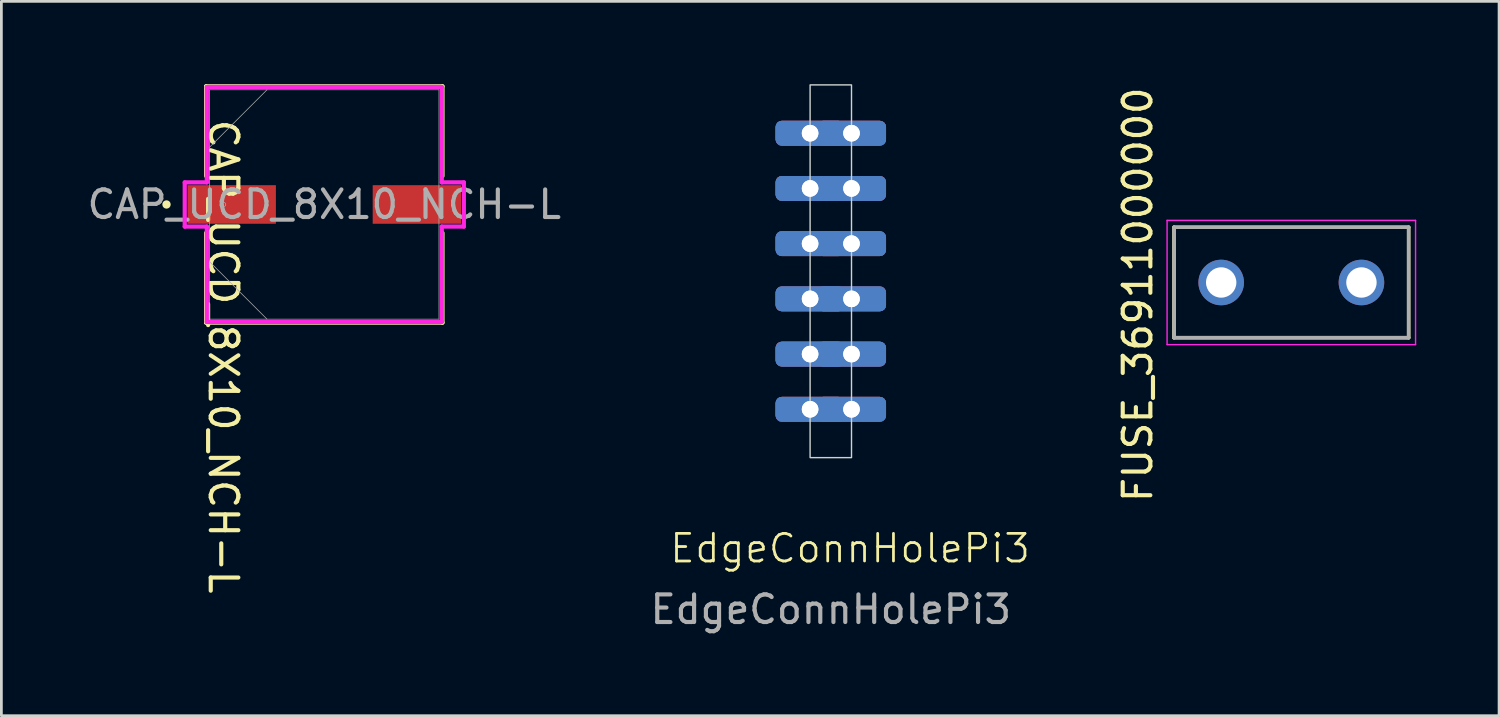
<source format=kicad_pcb>
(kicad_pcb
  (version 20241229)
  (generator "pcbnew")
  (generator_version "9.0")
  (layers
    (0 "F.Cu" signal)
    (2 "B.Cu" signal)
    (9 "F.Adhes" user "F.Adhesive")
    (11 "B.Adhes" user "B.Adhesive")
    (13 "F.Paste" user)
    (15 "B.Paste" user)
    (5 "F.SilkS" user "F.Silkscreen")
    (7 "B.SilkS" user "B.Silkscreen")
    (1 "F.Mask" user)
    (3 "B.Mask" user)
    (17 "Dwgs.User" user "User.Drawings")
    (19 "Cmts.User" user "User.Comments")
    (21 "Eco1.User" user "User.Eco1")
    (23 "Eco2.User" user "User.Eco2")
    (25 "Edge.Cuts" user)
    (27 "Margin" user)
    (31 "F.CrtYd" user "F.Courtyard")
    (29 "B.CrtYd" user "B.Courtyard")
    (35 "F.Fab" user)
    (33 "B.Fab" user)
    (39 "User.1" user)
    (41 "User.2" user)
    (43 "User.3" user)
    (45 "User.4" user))
  (footprint "FUSE_36911000000"
    (layer "F.Cu")
    (at 43.722 7.182)
    (property "Reference" "FUSE_36911000000" (at -5.561 0.443 270) (layer "F.SilkS") (effects (font (size 1 1) (thickness 0.15))))
    (attr through_hole)
    (fp_line (start -4.25 -2) (end 4.25 -2) (stroke (width 0.127) (type solid)) (layer "F.SilkS"))
    (fp_line (start -4.25 2) (end -4.25 -2) (stroke (width 0.127) (type solid)) (layer "F.SilkS"))
    (fp_line (start 4.25 -2) (end 4.25 2) (stroke (width 0.127) (type solid)) (layer "F.SilkS"))
    (fp_line (start 4.25 2) (end -4.25 2) (stroke (width 0.127) (type solid)) (layer "F.SilkS"))
    (fp_line (start -4.5 -2.25) (end -4.5 2.25) (stroke (width 0.05) (type solid)) (layer "F.CrtYd"))
    (fp_line (start -4.5 2.25) (end 4.5 2.25) (stroke (width 0.05) (type solid)) (layer "F.CrtYd"))
    (fp_line (start 4.5 -2.25) (end -4.5 -2.25) (stroke (width 0.05) (type solid)) (layer "F.CrtYd"))
    (fp_line (start 4.5 2.25) (end 4.5 -2.25) (stroke (width 0.05) (type solid)) (layer "F.CrtYd"))
    (fp_line (start -4.25 -2) (end 4.25 -2) (stroke (width 0.127) (type solid)) (layer "F.Fab"))
    (fp_line (start -4.25 2) (end -4.25 -2) (stroke (width 0.127) (type solid)) (layer "F.Fab"))
    (fp_line (start 4.25 -2) (end 4.25 2) (stroke (width 0.127) (type solid)) (layer "F.Fab"))
    (fp_line (start 4.25 2) (end -4.25 2) (stroke (width 0.127) (type solid)) (layer "F.Fab"))
    (pad "1" thru_hole circle (at -2.54 0) (size 1.65 1.65) (drill 1.1) (layers "*.Cu" "*.Mask"))
    (pad "2" thru_hole circle (at 2.54 0) (size 1.65 1.65) (drill 1.1) (layers "*.Cu" "*.Mask")))
  (footprint "EdgeConnHolePi3"
    (layer "F.Cu")
    (at 27.042 16.525)
    (property "Reference" "EdgeConnHolePi3" (at 0.698 0.287 0) (unlocked yes) (layer "F.SilkS") (effects (font (size 1 1) (thickness 0.1))))
    (attr smd)
    (fp_rect (start -0.75 -16.5) (end 0.75 -3) (stroke (width 0.05) (type default)) (fill no) (layer "Edge.Cuts"))
    (fp_text user "${REFERENCE}" (at 0 2.5 0) (unlocked yes) (layer "F.Fab") (effects (font (size 1 1) (thickness 0.15))))
    (pad "1" thru_hole roundrect (at -0.75 -14.75) (size 2.5 0.9) (drill 0.6) (property pad_prop_castellated) (layers "*.Cu" "*.Mask") (roundrect_rratio 0.25))
    (pad "1" thru_hole roundrect (at -0.75 -14.75) (size 2.5 0.9) (drill 0.6) (property pad_prop_castellated) (layers "*.Cu" "*.Mask") (roundrect_rratio 0.25))
    (pad "1" thru_hole roundrect (at 0.75 -14.75) (size 2.5 0.9) (drill 0.6) (property pad_prop_castellated) (layers "*.Cu" "*.Mask") (roundrect_rratio 0.25))
    (pad "1" thru_hole roundrect (at 0.75 -14.75) (size 2.5 0.9) (drill 0.6) (property pad_prop_castellated) (layers "*.Cu" "*.Mask") (roundrect_rratio 0.25))
    (pad "2" thru_hole roundrect (at -0.75 -12.75) (size 2.5 0.9) (drill 0.6) (property pad_prop_castellated) (layers "*.Cu" "*.Mask") (roundrect_rratio 0.25))
    (pad "2" thru_hole roundrect (at -0.75 -12.75) (size 2.5 0.9) (drill 0.6) (property pad_prop_castellated) (layers "*.Cu" "*.Mask") (roundrect_rratio 0.25))
    (pad "2" thru_hole roundrect (at 0.75 -12.75) (size 2.5 0.9) (drill 0.6) (property pad_prop_castellated) (layers "*.Cu" "*.Mask") (roundrect_rratio 0.25))
    (pad "2" thru_hole roundrect (at 0.75 -12.75) (size 2.5 0.9) (drill 0.6) (property pad_prop_castellated) (layers "*.Cu" "*.Mask") (roundrect_rratio 0.25))
    (pad "3" thru_hole roundrect (at -0.75 -10.75) (size 2.5 0.9) (drill 0.6) (property pad_prop_castellated) (layers "*.Cu" "*.Mask") (roundrect_rratio 0.25))
    (pad "3" thru_hole roundrect (at -0.75 -10.75) (size 2.5 0.9) (drill 0.6) (property pad_prop_castellated) (layers "*.Cu" "*.Mask") (roundrect_rratio 0.25))
    (pad "3" thru_hole roundrect (at 0.75 -10.75) (size 2.5 0.9) (drill 0.6) (property pad_prop_castellated) (layers "*.Cu" "*.Mask") (roundrect_rratio 0.25))
    (pad "3" thru_hole roundrect (at 0.75 -10.75) (size 2.5 0.9) (drill 0.6) (property pad_prop_castellated) (layers "*.Cu" "*.Mask") (roundrect_rratio 0.25))
    (pad "4" thru_hole roundrect (at -0.75 -8.75) (size 2.5 0.9) (drill 0.6) (property pad_prop_castellated) (layers "*.Cu" "*.Mask") (roundrect_rratio 0.25))
    (pad "4" thru_hole roundrect (at -0.75 -8.75) (size 2.5 0.9) (drill 0.6) (property pad_prop_castellated) (layers "*.Cu" "*.Mask") (roundrect_rratio 0.25))
    (pad "4" thru_hole roundrect (at 0.75 -8.75) (size 2.5 0.9) (drill 0.6) (property pad_prop_castellated) (layers "*.Cu" "*.Mask") (roundrect_rratio 0.25))
    (pad "4" thru_hole roundrect (at 0.75 -8.75) (size 2.5 0.9) (drill 0.6) (property pad_prop_castellated) (layers "*.Cu" "*.Mask") (roundrect_rratio 0.25))
    (pad "5" thru_hole roundrect (at -0.75 -6.75) (size 2.5 0.9) (drill 0.6) (property pad_prop_castellated) (layers "*.Cu" "*.Mask") (roundrect_rratio 0.25))
    (pad "5" thru_hole roundrect (at -0.75 -6.75) (size 2.5 0.9) (drill 0.6) (property pad_prop_castellated) (layers "*.Cu" "*.Mask") (roundrect_rratio 0.25))
    (pad "5" thru_hole roundrect (at 0.75 -6.75) (size 2.5 0.9) (drill 0.6) (property pad_prop_castellated) (layers "*.Cu" "*.Mask") (roundrect_rratio 0.25))
    (pad "5" thru_hole roundrect (at 0.75 -6.75) (size 2.5 0.9) (drill 0.6) (property pad_prop_castellated) (layers "*.Cu" "*.Mask") (roundrect_rratio 0.25))
    (pad "6" thru_hole roundrect (at -0.75 -4.75) (size 2.5 0.9) (drill 0.6) (property pad_prop_castellated) (layers "*.Cu" "*.Mask") (roundrect_rratio 0.25))
    (pad "6" thru_hole roundrect (at -0.75 -4.75) (size 2.5 0.9) (drill 0.6) (property pad_prop_castellated) (layers "*.Cu" "*.Mask") (roundrect_rratio 0.25))
    (pad "6" thru_hole roundrect (at 0.75 -4.75) (size 2.5 0.9) (drill 0.6) (property pad_prop_castellated) (layers "*.Cu" "*.Mask") (roundrect_rratio 0.25))
    (pad "6" thru_hole roundrect (at 0.75 -4.75) (size 2.5 0.9) (drill 0.6) (property pad_prop_castellated) (layers "*.Cu" "*.Mask") (roundrect_rratio 0.25)))
  (footprint "CAP_UCD_8X10_NCH-L"
    (layer "F.Cu")
    (at 8.696 4.356)
    (property "Reference" "CAP_UCD_8X10_NCH-L" (at -3.658 5.512 270) (unlocked yes) (layer "F.SilkS") (effects (font (size 1 1) (thickness 0.15))))
    (attr smd)
    (fp_line (start -4.28 -4.28) (end -4.28 -1.031) (stroke (width 0.152) (type solid)) (layer "F.SilkS"))
    (fp_line (start -4.28 1.031) (end -4.28 4.28) (stroke (width 0.152) (type solid)) (layer "F.SilkS"))
    (fp_line (start -4.28 4.28) (end 4.28 4.28) (stroke (width 0.152) (type solid)) (layer "F.SilkS"))
    (fp_line (start 4.28 -4.28) (end -4.28 -4.28) (stroke (width 0.152) (type solid)) (layer "F.SilkS"))
    (fp_line (start 4.28 -1.031) (end 4.28 -4.28) (stroke (width 0.152) (type solid)) (layer "F.SilkS"))
    (fp_line (start 4.28 4.28) (end 4.28 1.031) (stroke (width 0.152) (type solid)) (layer "F.SilkS"))
    (fp_circle (center -5.715 0) (end -5.639 0) (stroke (width 0.152) (type solid)) (fill no) (layer "F.SilkS"))
    (fp_line (start -5.055 -0.8) (end -4.255 -0.8) (stroke (width 0.152) (type solid)) (layer "F.CrtYd"))
    (fp_line (start -5.055 0.8) (end -5.055 -0.8) (stroke (width 0.152) (type solid)) (layer "F.CrtYd"))
    (fp_line (start -4.255 -4.255) (end 4.255 -4.255) (stroke (width 0.152) (type solid)) (layer "F.CrtYd"))
    (fp_line (start -4.255 -0.8) (end -4.255 -4.255) (stroke (width 0.152) (type solid)) (layer "F.CrtYd"))
    (fp_line (start -4.255 0.8) (end -5.055 0.8) (stroke (width 0.152) (type solid)) (layer "F.CrtYd"))
    (fp_line (start -4.255 4.255) (end -4.255 0.8) (stroke (width 0.152) (type solid)) (layer "F.CrtYd"))
    (fp_line (start 4.255 -4.255) (end 4.255 -0.8) (stroke (width 0.152) (type solid)) (layer "F.CrtYd"))
    (fp_line (start 4.255 -0.8) (end 5.055 -0.8) (stroke (width 0.152) (type solid)) (layer "F.CrtYd"))
    (fp_line (start 4.255 0.8) (end 4.255 4.255) (stroke (width 0.152) (type solid)) (layer "F.CrtYd"))
    (fp_line (start 4.255 4.255) (end -4.255 4.255) (stroke (width 0.152) (type solid)) (layer "F.CrtYd"))
    (fp_line (start 5.055 -0.8) (end 5.055 0.8) (stroke (width 0.152) (type solid)) (layer "F.CrtYd"))
    (fp_line (start 5.055 0.8) (end 4.255 0.8) (stroke (width 0.152) (type solid)) (layer "F.CrtYd"))
    (fp_line (start -4.153 -4.153) (end -4.153 4.153) (stroke (width 0.025) (type solid)) (layer "F.Fab"))
    (fp_line (start -4.153 -2.076) (end -2.076 -4.153) (stroke (width 0.025) (type solid)) (layer "F.Fab"))
    (fp_line (start -4.153 2.076) (end -2.076 4.153) (stroke (width 0.025) (type solid)) (layer "F.Fab"))
    (fp_line (start -4.153 4.153) (end 4.153 4.153) (stroke (width 0.025) (type solid)) (layer "F.Fab"))
    (fp_line (start 4.153 -4.153) (end -4.153 -4.153) (stroke (width 0.025) (type solid)) (layer "F.Fab"))
    (fp_line (start 4.153 4.153) (end 4.153 -4.153) (stroke (width 0.025) (type solid)) (layer "F.Fab"))
    (fp_circle (center -3.645 0) (end -3.569 0) (stroke (width 0.025) (type solid)) (fill no) (layer "F.Fab"))
    (fp_text user "${REFERENCE}" (at 0 0 0) (unlocked yes) (layer "F.Fab") (effects (font (size 1 1) (thickness 0.15))))
    (pad "1" smd rect (at -3.353 0) (size 3.2 1.397) (layers "F.Cu" "F.Mask" "F.Paste"))
    (pad "2" smd rect (at 3.353 0) (size 3.2 1.397) (layers "F.Cu" "F.Mask" "F.Paste")))
  (gr_rect
    (start -3 -3)
    (end 51.247 22.873)
    (stroke (width 0.1) (type default))
    (fill no)
    (layer "Edge.Cuts")))
</source>
